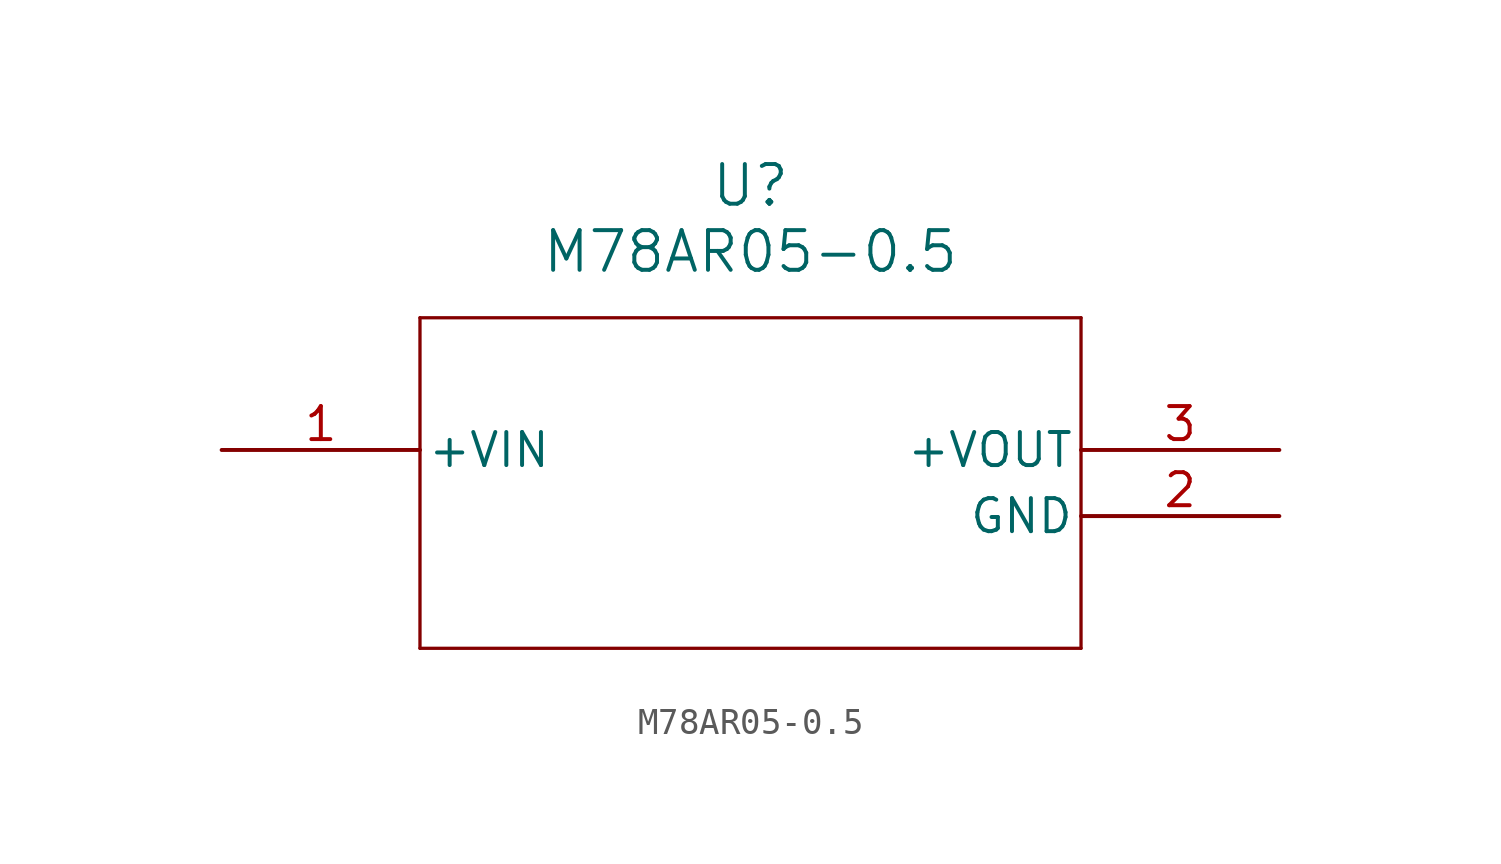
<source format=kicad_sym>
(kicad_symbol_lib
  (version 20211014)
  (generator kicad_symbol_editor)
  (symbol "M78AR05-0.5"
    (pin_names
      (offset 0.254))
    (property "Reference" "U"
      (at 20.32 10.16 0)
      (effects (font (size 1.524 1.524))))
    (property "Value" "M78AR05-0.5"
      (at 20.32 7.62 0)
      (effects (font (size 1.524 1.524))))
    (polyline
      (pts (xy 7.62 5.08) (xy 7.62 -7.62))
      (stroke (width 0.127) (type default) (color 0 0 0 0))
      (fill (type none)))
    (polyline
      (pts (xy 7.62 -7.62) (xy 33.02 -7.62))
      (stroke (width 0.127) (type default) (color 0 0 0 0))
      (fill (type none)))
    (polyline
      (pts (xy 33.02 -7.62) (xy 33.02 5.08))
      (stroke (width 0.127) (type default) (color 0 0 0 0))
      (fill (type none)))
    (polyline
      (pts (xy 33.02 5.08) (xy 7.62 5.08))
      (stroke (width 0.127) (type default) (color 0 0 0 0))
      (fill (type none)))
    (pin power_in line
      (at 0 0 0)
      (length 7.62)
      (name "+VIN" (effects (font (size 1.27 1.27))))
      (number "1" (effects (font (size 1.27 1.27)))))
    (pin power_out line
      (at 40.64 -2.54 180)
      (length 7.62)
      (name "GND" (effects (font (size 1.27 1.27))))
      (number "2" (effects (font (size 1.27 1.27)))))
    (pin output line
      (at 40.64 0 180)
      (length 7.62)
      (name "+VOUT" (effects (font (size 1.27 1.27))))
      (number "3" (effects (font (size 1.27 1.27)))))))
</source>
